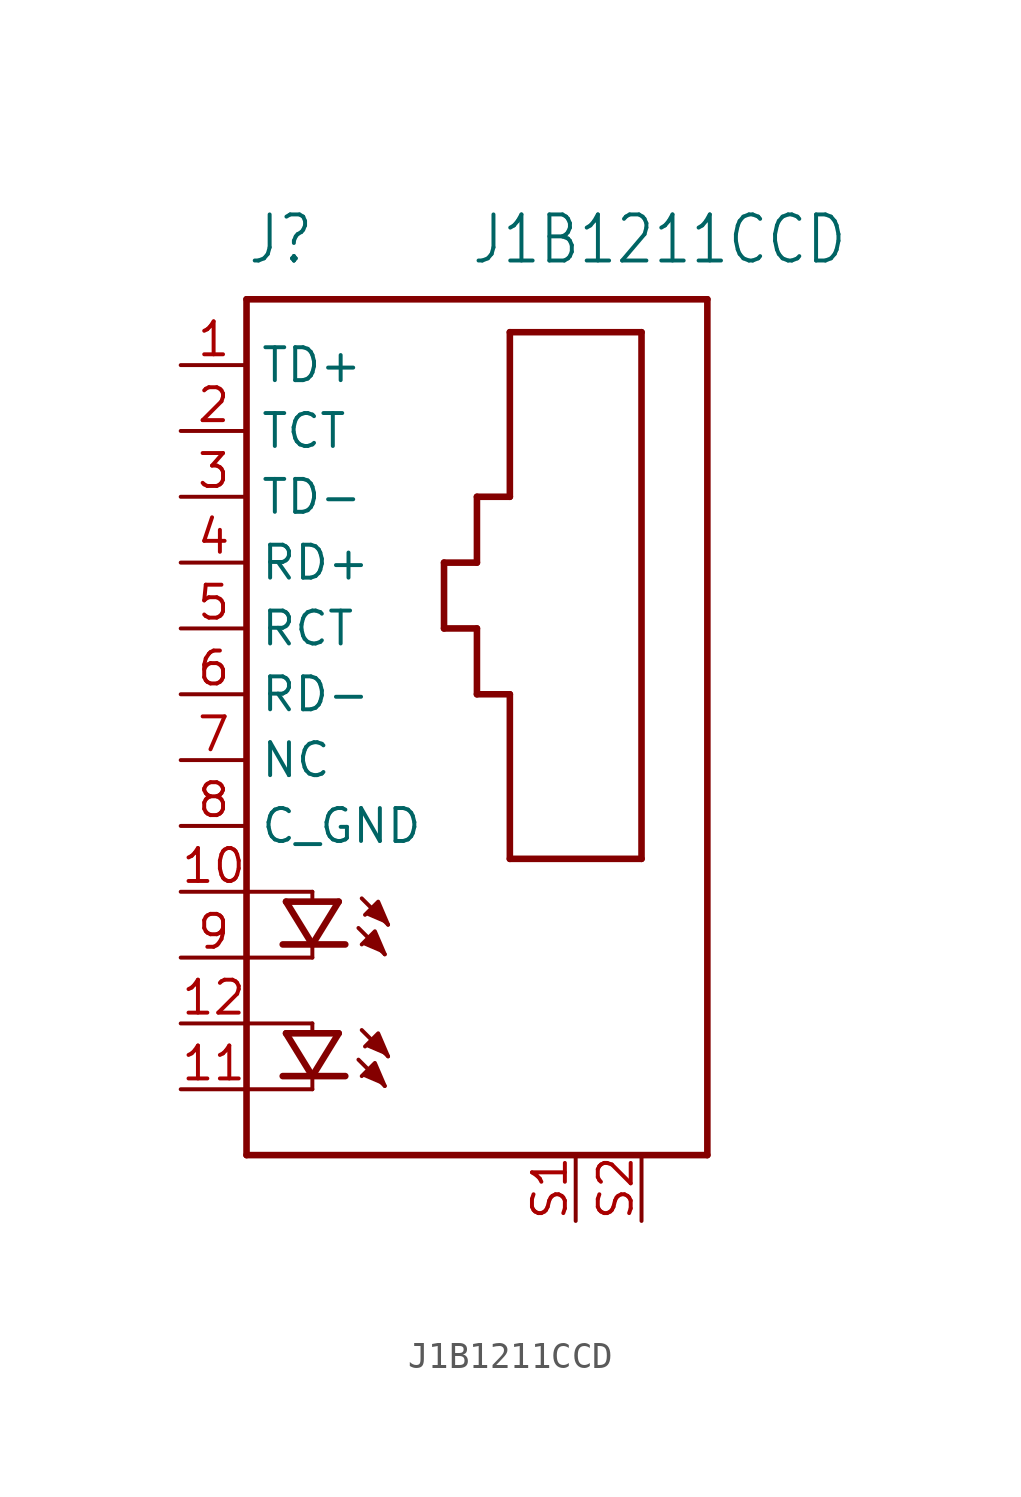
<source format=kicad_sym>
(kicad_symbol_lib
  (version 20211014)
  (generator kicad_symbol_editor)
  (symbol "J1B1211CCD"
    (property "Reference" "J"
      (at -7.62 19.05 0)
      (effects (font (size 1.778 1.511)) (justify left bottom)))
    (property "Value" "J1B1211CCD"
      (at 1.016 19.05 0)
      (effects (font (size 1.778 1.511)) (justify left bottom)))
    (property "ki_locked" ""
      (at 0 0 0)
      (effects (font (size 1.27 1.27))))
    (symbol "J1B1211CCD_1_0"
      (polyline (pts (xy -7.62 -15.24) (xy 10.16 -15.24)) (stroke (width 0.254) (type default) (color 0 0 0 0)) (fill (type none)))
      (polyline (pts (xy -7.62 -12.7) (xy -7.62 -15.24)) (stroke (width 0.254) (type default) (color 0 0 0 0)) (fill (type none)))
      (polyline (pts (xy -7.62 -10.16) (xy -7.62 -12.7)) (stroke (width 0.254) (type default) (color 0 0 0 0)) (fill (type none)))
      (polyline (pts (xy -7.62 -10.16) (xy -5.08 -10.16)) (stroke (width 0.152) (type default) (color 0 0 0 0)) (fill (type none)))
      (polyline (pts (xy -7.62 -7.62) (xy -7.62 -10.16)) (stroke (width 0.254) (type default) (color 0 0 0 0)) (fill (type none)))
      (polyline (pts (xy -7.62 -5.08) (xy -7.62 -7.62)) (stroke (width 0.254) (type default) (color 0 0 0 0)) (fill (type none)))
      (polyline (pts (xy -7.62 -5.08) (xy -5.08 -5.08)) (stroke (width 0.152) (type default) (color 0 0 0 0)) (fill (type none)))
      (polyline (pts (xy -7.62 17.78) (xy -7.62 -5.08)) (stroke (width 0.254) (type default) (color 0 0 0 0)) (fill (type none)))
      (polyline (pts (xy -6.223 -12.192) (xy -5.08 -12.192)) (stroke (width 0.254) (type default) (color 0 0 0 0)) (fill (type none)))
      (polyline (pts (xy -6.223 -7.112) (xy -5.08 -7.112)) (stroke (width 0.254) (type default) (color 0 0 0 0)) (fill (type none)))
      (polyline (pts (xy -6.096 -10.541) (xy -5.08 -12.192)) (stroke (width 0.254) (type default) (color 0 0 0 0)) (fill (type none)))
      (polyline (pts (xy -6.096 -10.541) (xy -4.064 -10.541)) (stroke (width 0.254) (type default) (color 0 0 0 0)) (fill (type none)))
      (polyline (pts (xy -6.096 -5.461) (xy -5.08 -7.112)) (stroke (width 0.254) (type default) (color 0 0 0 0)) (fill (type none)))
      (polyline (pts (xy -6.096 -5.461) (xy -4.064 -5.461)) (stroke (width 0.254) (type default) (color 0 0 0 0)) (fill (type none)))
      (polyline (pts (xy -5.08 -12.7) (xy -7.62 -12.7)) (stroke (width 0.152) (type default) (color 0 0 0 0)) (fill (type none)))
      (polyline (pts (xy -5.08 -12.319) (xy -5.08 -12.7)) (stroke (width 0.152) (type default) (color 0 0 0 0)) (fill (type none)))
      (polyline (pts (xy -5.08 -12.192) (xy -4.064 -10.541)) (stroke (width 0.254) (type default) (color 0 0 0 0)) (fill (type none)))
      (polyline (pts (xy -5.08 -12.192) (xy -3.81 -12.192)) (stroke (width 0.254) (type default) (color 0 0 0 0)) (fill (type none)))
      (polyline (pts (xy -5.08 -10.16) (xy -5.08 -10.414)) (stroke (width 0.152) (type default) (color 0 0 0 0)) (fill (type none)))
      (polyline (pts (xy -5.08 -7.62) (xy -7.62 -7.62)) (stroke (width 0.152) (type default) (color 0 0 0 0)) (fill (type none)))
      (polyline (pts (xy -5.08 -7.239) (xy -5.08 -7.62)) (stroke (width 0.152) (type default) (color 0 0 0 0)) (fill (type none)))
      (polyline (pts (xy -5.08 -7.112) (xy -4.064 -5.461)) (stroke (width 0.254) (type default) (color 0 0 0 0)) (fill (type none)))
      (polyline (pts (xy -5.08 -7.112) (xy -3.81 -7.112)) (stroke (width 0.254) (type default) (color 0 0 0 0)) (fill (type none)))
      (polyline (pts (xy -5.08 -5.08) (xy -5.08 -5.334)) (stroke (width 0.152) (type default) (color 0 0 0 0)) (fill (type none)))
      (polyline (pts (xy -3.302 -11.557) (xy -2.286 -12.573)) (stroke (width 0.152) (type default) (color 0 0 0 0)) (fill (type none)))
      (polyline (pts (xy -3.302 -6.477) (xy -2.286 -7.493)) (stroke (width 0.152) (type default) (color 0 0 0 0)) (fill (type none)))
      (polyline (pts (xy -3.175 -10.414) (xy -2.159 -11.43)) (stroke (width 0.152) (type default) (color 0 0 0 0)) (fill (type none)))
      (polyline (pts (xy -3.175 -5.334) (xy -2.159 -6.35)) (stroke (width 0.152) (type default) (color 0 0 0 0)) (fill (type none)))
      (polyline (pts (xy 0 5.08) (xy 1.27 5.08)) (stroke (width 0.254) (type default) (color 0 0 0 0)) (fill (type none)))
      (polyline (pts (xy 0 7.62) (xy 0 5.08)) (stroke (width 0.254) (type default) (color 0 0 0 0)) (fill (type none)))
      (polyline (pts (xy 1.27 2.54) (xy 2.54 2.54)) (stroke (width 0.254) (type default) (color 0 0 0 0)) (fill (type none)))
      (polyline (pts (xy 1.27 5.08) (xy 1.27 2.54)) (stroke (width 0.254) (type default) (color 0 0 0 0)) (fill (type none)))
      (polyline (pts (xy 1.27 7.62) (xy 0 7.62)) (stroke (width 0.254) (type default) (color 0 0 0 0)) (fill (type none)))
      (polyline (pts (xy 1.27 10.16) (xy 1.27 7.62)) (stroke (width 0.254) (type default) (color 0 0 0 0)) (fill (type none)))
      (polyline (pts (xy 2.54 -3.81) (xy 7.62 -3.81)) (stroke (width 0.254) (type default) (color 0 0 0 0)) (fill (type none)))
      (polyline (pts (xy 2.54 2.54) (xy 2.54 -3.81)) (stroke (width 0.254) (type default) (color 0 0 0 0)) (fill (type none)))
      (polyline (pts (xy 2.54 10.16) (xy 1.27 10.16)) (stroke (width 0.254) (type default) (color 0 0 0 0)) (fill (type none)))
      (polyline (pts (xy 2.54 16.51) (xy 2.54 10.16)) (stroke (width 0.254) (type default) (color 0 0 0 0)) (fill (type none)))
      (polyline (pts (xy 7.62 -3.81) (xy 7.62 16.51)) (stroke (width 0.254) (type default) (color 0 0 0 0)) (fill (type none)))
      (polyline (pts (xy 7.62 16.51) (xy 2.54 16.51)) (stroke (width 0.254) (type default) (color 0 0 0 0)) (fill (type none)))
      (polyline (pts (xy 10.16 -15.24) (xy 10.16 17.78)) (stroke (width 0.254) (type default) (color 0 0 0 0)) (fill (type none)))
      (polyline (pts (xy 10.16 17.78) (xy -7.62 17.78)) (stroke (width 0.254) (type default) (color 0 0 0 0)) (fill (type none)))
      (polyline (pts (xy -2.286 -12.573) (xy -2.667 -11.684) (xy -3.175 -12.192)) (stroke (width 0) (type default) (color 0 0 0 0)) (fill (type outline)))
      (polyline (pts (xy -2.286 -7.493) (xy -2.667 -6.604) (xy -3.175 -7.112)) (stroke (width 0) (type default) (color 0 0 0 0)) (fill (type outline)))
      (polyline (pts (xy -2.159 -11.43) (xy -2.54 -10.541) (xy -3.048 -11.049)) (stroke (width 0) (type default) (color 0 0 0 0)) (fill (type outline)))
      (polyline (pts (xy -2.159 -6.35) (xy -2.54 -5.461) (xy -3.048 -5.969)) (stroke (width 0) (type default) (color 0 0 0 0)) (fill (type outline)))
      (pin passive line (at -10.16 15.24 0) (length 2.54) (name "TD+" (effects (font (size 1.27 1.27)))) (number "1" (effects (font (size 1.27 1.27)))))
      (pin passive line (at -10.16 -5.08 0) (length 2.54) (name "A" (effects (font (size 0 0)))) (number "10" (effects (font (size 1.27 1.27)))))
      (pin passive line (at -10.16 -12.7 0) (length 2.54) (name "C1" (effects (font (size 0 0)))) (number "11" (effects (font (size 1.27 1.27)))))
      (pin passive line (at -10.16 -10.16 0) (length 2.54) (name "A1" (effects (font (size 0 0)))) (number "12" (effects (font (size 1.27 1.27)))))
      (pin passive line (at -10.16 12.7 0) (length 2.54) (name "TCT" (effects (font (size 1.27 1.27)))) (number "2" (effects (font (size 1.27 1.27)))))
      (pin passive line (at -10.16 10.16 0) (length 2.54) (name "TD-" (effects (font (size 1.27 1.27)))) (number "3" (effects (font (size 1.27 1.27)))))
      (pin passive line (at -10.16 7.62 0) (length 2.54) (name "RD+" (effects (font (size 1.27 1.27)))) (number "4" (effects (font (size 1.27 1.27)))))
      (pin passive line (at -10.16 5.08 0) (length 2.54) (name "RCT" (effects (font (size 1.27 1.27)))) (number "5" (effects (font (size 1.27 1.27)))))
      (pin passive line (at -10.16 2.54 0) (length 2.54) (name "RD-" (effects (font (size 1.27 1.27)))) (number "6" (effects (font (size 1.27 1.27)))))
      (pin passive line (at -10.16 0 0) (length 2.54) (name "NC" (effects (font (size 1.27 1.27)))) (number "7" (effects (font (size 1.27 1.27)))))
      (pin passive line (at -10.16 -2.54 0) (length 2.54) (name "C_GND" (effects (font (size 1.27 1.27)))) (number "8" (effects (font (size 1.27 1.27)))))
      (pin passive line (at -10.16 -7.62 0) (length 2.54) (name "C" (effects (font (size 0 0)))) (number "9" (effects (font (size 1.27 1.27)))))
      (pin passive line (at 5.08 -17.78 90) (length 2.54) (name "S1" (effects (font (size 0 0)))) (number "S1" (effects (font (size 1.27 1.27)))))
      (pin passive line (at 7.62 -17.78 90) (length 2.54) (name "S2" (effects (font (size 0 0)))) (number "S2" (effects (font (size 1.27 1.27))))))))
</source>
